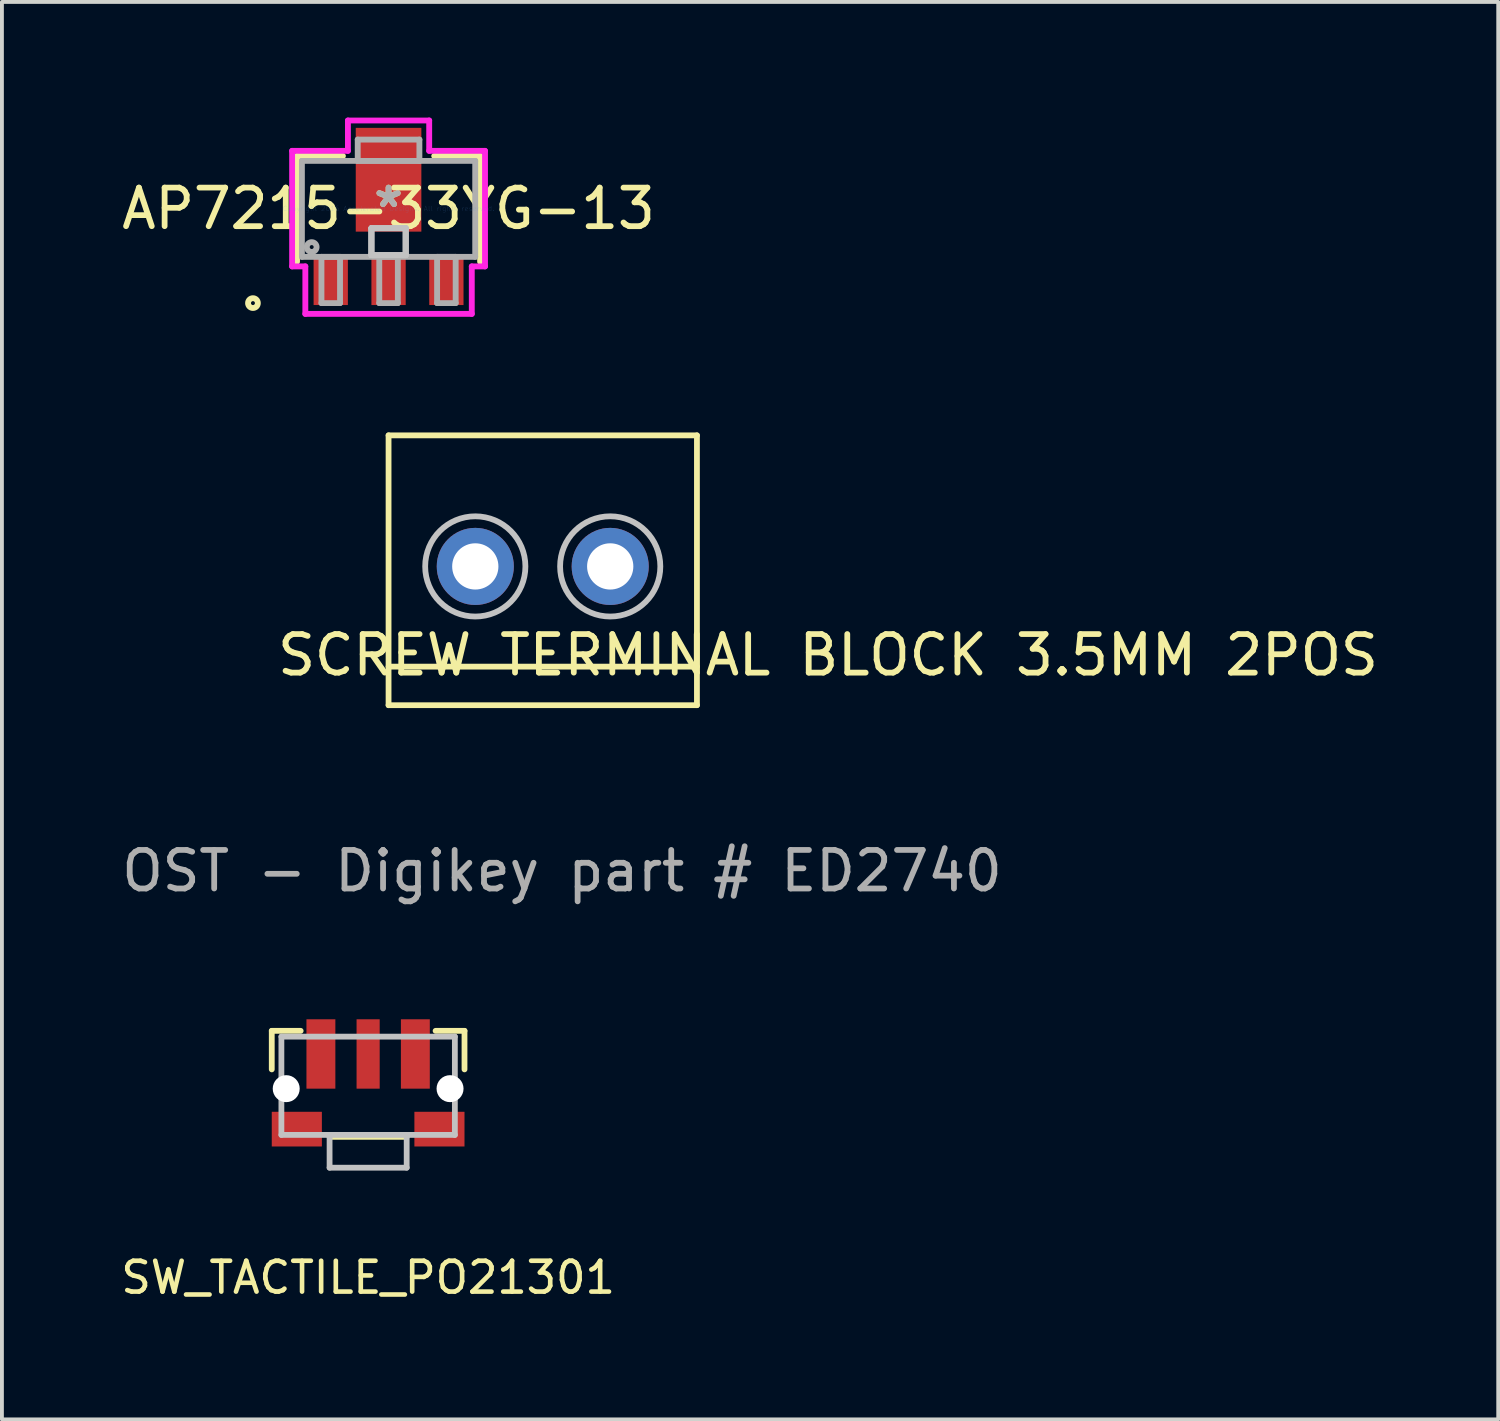
<source format=kicad_pcb>
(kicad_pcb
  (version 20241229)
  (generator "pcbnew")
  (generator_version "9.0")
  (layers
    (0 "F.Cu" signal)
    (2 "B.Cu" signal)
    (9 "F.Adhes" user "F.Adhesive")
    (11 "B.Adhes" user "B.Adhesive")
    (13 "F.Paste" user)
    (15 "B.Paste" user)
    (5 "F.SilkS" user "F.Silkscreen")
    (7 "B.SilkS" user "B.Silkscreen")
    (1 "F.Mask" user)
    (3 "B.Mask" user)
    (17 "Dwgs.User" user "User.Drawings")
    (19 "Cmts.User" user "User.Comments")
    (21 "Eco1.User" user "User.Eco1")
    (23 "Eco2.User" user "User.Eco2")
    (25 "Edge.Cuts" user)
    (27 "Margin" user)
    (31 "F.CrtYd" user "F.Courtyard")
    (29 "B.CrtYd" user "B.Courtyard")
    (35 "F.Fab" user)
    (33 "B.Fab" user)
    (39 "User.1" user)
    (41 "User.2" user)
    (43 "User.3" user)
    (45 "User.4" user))
  (footprint "SCREW TERMINAL BLOCK 3.5MM 2POS"
    (layer "F.Cu")
    (at 11.03 15.244)
    (property "Reference" "SCREW TERMINAL BLOCK 3.5MM 2POS" (at 7.4 -1.3 0) (layer "F.SilkS") (effects (font (size 1 1) (thickness 0.15))))
    (attr through_hole)
    (fp_line (start -4 -7) (end -4 0) (stroke (width 0.15) (type solid)) (layer "F.SilkS"))
    (fp_line (start -4 -7) (end 4 -7) (stroke (width 0.15) (type solid)) (layer "F.SilkS"))
    (fp_line (start 4 -7) (end 4 0) (stroke (width 0.15) (type solid)) (layer "F.SilkS"))
    (fp_line (start 4 -1) (end -4 -1) (stroke (width 0.15) (type solid)) (layer "F.SilkS"))
    (fp_line (start 4 0) (end -4 0) (stroke (width 0.15) (type solid)) (layer "F.SilkS"))
    (fp_circle (center -1.75 -3.6) (end -0.45 -3.6) (stroke (width 0.15) (type solid)) (fill no) (layer "Dwgs.User"))
    (fp_circle (center 1.75 -3.6) (end 3.05 -3.6) (stroke (width 0.15) (type solid)) (fill no) (layer "Dwgs.User"))
    (fp_text user "OST - Digikey part # ED2740" (at 0.5 4.3 0) (layer "F.Fab") (effects (font (size 1 1) (thickness 0.15))))
    (pad "1" thru_hole circle (at -1.75 -3.6) (size 2 2) (drill 1.2) (layers "*.Cu" "*.Mask"))
    (pad "2" thru_hole circle (at 1.75 -3.6) (size 2 2) (drill 1.2) (layers "*.Cu" "*.Mask")))
  (footprint "SW_TACTILE_PO21301"
    (layer "F.Cu")
    (at 6.5 25.192)
    (property "Reference" "SW_TACTILE_PO21301" (at 0 4.9 0) (layer "F.SilkS") (effects (font (size 0.8 0.8) (thickness 0.12))))
    (attr through_hole)
    (fp_line (start -2.5 -1.5) (end -1.75 -1.5) (stroke (width 0.15) (type solid)) (layer "F.SilkS"))
    (fp_line (start -2.5 -0.5) (end -2.5 -1.5) (stroke (width 0.15) (type solid)) (layer "F.SilkS"))
    (fp_line (start 1 1.25) (end -1 1.25) (stroke (width 0.15) (type solid)) (layer "F.SilkS"))
    (fp_line (start 1.75 -1.5) (end 2.5 -1.5) (stroke (width 0.15) (type solid)) (layer "F.SilkS"))
    (fp_line (start 2.5 -1.5) (end 2.5 -0.5) (stroke (width 0.15) (type solid)) (layer "F.SilkS"))
    (fp_line (start -2.25 -1.35) (end -2.25 1.2) (stroke (width 0.15) (type solid)) (layer "Dwgs.User"))
    (fp_line (start -2.25 -1.35) (end 2.25 -1.35) (stroke (width 0.15) (type solid)) (layer "Dwgs.User"))
    (fp_line (start -2.25 1.2) (end 2.25 1.2) (stroke (width 0.15) (type solid)) (layer "Dwgs.User"))
    (fp_line (start -1 1.2) (end -1 2.05) (stroke (width 0.15) (type solid)) (layer "Dwgs.User"))
    (fp_line (start -1 2.05) (end 1 2.05) (stroke (width 0.15) (type solid)) (layer "Dwgs.User"))
    (fp_line (start 1 1.2) (end 1 2.05) (stroke (width 0.15) (type solid)) (layer "Dwgs.User"))
    (fp_line (start 2.25 -1.35) (end 2.25 1.2) (stroke (width 0.15) (type solid)) (layer "Dwgs.User"))
    (pad "" np_thru_hole circle (at -2.125 0) (size 0.7 0.7) (drill 0.7) (layers "*.Cu"))
    (pad "" smd rect (at -1.85 1.05) (size 1.3 0.9) (layers "F.Cu" "F.Mask" "F.Paste"))
    (pad "" smd rect (at 1.85 1.05) (size 1.3 0.9) (layers "F.Cu" "F.Mask" "F.Paste"))
    (pad "" np_thru_hole circle (at 2.125 0) (size 0.7 0.7) (drill 0.7) (layers "*.Cu"))
    (pad "1" smd rect (at -1.225 -0.9) (size 0.75 1.8) (layers "F.Cu" "F.Mask" "F.Paste"))
    (pad "1" smd rect (at 1.225 -0.9) (size 0.75 1.8) (layers "F.Cu" "F.Mask" "F.Paste"))
    (pad "2" smd rect (at 0 -0.9) (size 0.6 1.8) (layers "F.Cu" "F.Mask" "F.Paste")))
  (footprint "AP7215-33YG-13"
    (layer "F.Cu")
    (at 7.03 2.362)
    (property "Reference" "AP7215-33YG-13" (at 0 0 0) (layer "F.SilkS") (effects (font (size 1 1) (thickness 0.15))))
    (attr through_hole)
    (fp_line (start -2.375 -1.365) (end -2.375 1.378) (stroke (width 0.152) (type solid)) (layer "F.SilkS"))
    (fp_line (start -1.184 -1.365) (end -2.375 -1.365) (stroke (width 0.152) (type solid)) (layer "F.SilkS"))
    (fp_line (start 2.375 -1.365) (end 1.184 -1.365) (stroke (width 0.152) (type solid)) (layer "F.SilkS"))
    (fp_line (start 2.375 1.378) (end 2.375 -1.365) (stroke (width 0.152) (type solid)) (layer "F.SilkS"))
    (fp_circle (center -3.518 2.451) (end -3.391 2.451) (stroke (width 0.152) (type solid)) (fill no) (layer "F.SilkS"))
    (fp_line (start -0.445 0.508) (end -0.445 1.206) (stroke (width 0.152) (type solid)) (layer "Dwgs.User"))
    (fp_line (start -0.445 0.508) (end -0.445 1.206) (stroke (width 0.152) (type solid)) (layer "Dwgs.User"))
    (fp_line (start -0.445 0.508) (end -0.445 1.206) (stroke (width 0.152) (type solid)) (layer "Dwgs.User"))
    (fp_line (start -0.445 1.206) (end 0.445 1.206) (stroke (width 0.152) (type solid)) (layer "Dwgs.User"))
    (fp_line (start -0.445 1.206) (end 0.445 1.206) (stroke (width 0.152) (type solid)) (layer "Dwgs.User"))
    (fp_line (start -0.445 1.206) (end 0.445 1.206) (stroke (width 0.152) (type solid)) (layer "Dwgs.User"))
    (fp_line (start 0.445 0.508) (end -0.445 0.508) (stroke (width 0.152) (type solid)) (layer "Dwgs.User"))
    (fp_line (start 0.445 0.508) (end -0.445 0.508) (stroke (width 0.152) (type solid)) (layer "Dwgs.User"))
    (fp_line (start 0.445 0.508) (end -0.445 0.508) (stroke (width 0.152) (type solid)) (layer "Dwgs.User"))
    (fp_line (start 0.445 1.206) (end 0.445 0.508) (stroke (width 0.152) (type solid)) (layer "Dwgs.User"))
    (fp_line (start 0.445 1.206) (end 0.445 0.508) (stroke (width 0.152) (type solid)) (layer "Dwgs.User"))
    (fp_line (start 0.445 1.206) (end 0.445 0.508) (stroke (width 0.152) (type solid)) (layer "Dwgs.User"))
    (fp_line (start -2.502 -1.499) (end -1.054 -1.499) (stroke (width 0.152) (type solid)) (layer "F.CrtYd"))
    (fp_line (start -2.502 1.499) (end -2.502 -1.499) (stroke (width 0.152) (type solid)) (layer "F.CrtYd"))
    (fp_line (start -2.159 1.499) (end -2.502 1.499) (stroke (width 0.152) (type solid)) (layer "F.CrtYd"))
    (fp_line (start -2.159 2.731) (end -2.159 1.499) (stroke (width 0.152) (type solid)) (layer "F.CrtYd"))
    (fp_line (start -1.054 -2.286) (end 1.054 -2.286) (stroke (width 0.152) (type solid)) (layer "F.CrtYd"))
    (fp_line (start -1.054 -1.499) (end -1.054 -2.286) (stroke (width 0.152) (type solid)) (layer "F.CrtYd"))
    (fp_line (start 1.054 -2.286) (end 1.054 -1.499) (stroke (width 0.152) (type solid)) (layer "F.CrtYd"))
    (fp_line (start 1.054 -1.499) (end 2.502 -1.499) (stroke (width 0.152) (type solid)) (layer "F.CrtYd"))
    (fp_line (start 2.159 1.499) (end 2.159 2.731) (stroke (width 0.152) (type solid)) (layer "F.CrtYd"))
    (fp_line (start 2.159 2.731) (end -2.159 2.731) (stroke (width 0.152) (type solid)) (layer "F.CrtYd"))
    (fp_line (start 2.502 -1.499) (end 2.502 1.499) (stroke (width 0.152) (type solid)) (layer "F.CrtYd"))
    (fp_line (start 2.502 1.499) (end 2.159 1.499) (stroke (width 0.152) (type solid)) (layer "F.CrtYd"))
    (fp_line (start -2.248 -1.238) (end -2.248 1.251) (stroke (width 0.152) (type solid)) (layer "F.Fab"))
    (fp_line (start -2.248 1.251) (end 2.248 1.251) (stroke (width 0.152) (type solid)) (layer "F.Fab"))
    (fp_line (start -1.741 1.251) (end -1.741 2.451) (stroke (width 0.152) (type solid)) (layer "F.Fab"))
    (fp_line (start -1.741 2.451) (end -1.259 2.451) (stroke (width 0.152) (type solid)) (layer "F.Fab"))
    (fp_line (start -1.259 1.251) (end -1.741 1.251) (stroke (width 0.152) (type solid)) (layer "F.Fab"))
    (fp_line (start -1.259 2.451) (end -1.259 1.251) (stroke (width 0.152) (type solid)) (layer "F.Fab"))
    (fp_line (start -0.8 -1.791) (end -0.8 -1.238) (stroke (width 0.152) (type solid)) (layer "F.Fab"))
    (fp_line (start -0.8 -1.238) (end 0.8 -1.238) (stroke (width 0.152) (type solid)) (layer "F.Fab"))
    (fp_line (start -0.241 1.251) (end -0.241 2.451) (stroke (width 0.152) (type solid)) (layer "F.Fab"))
    (fp_line (start -0.241 2.451) (end 0.241 2.451) (stroke (width 0.152) (type solid)) (layer "F.Fab"))
    (fp_line (start 0.241 1.251) (end -0.241 1.251) (stroke (width 0.152) (type solid)) (layer "F.Fab"))
    (fp_line (start 0.241 2.451) (end 0.241 1.251) (stroke (width 0.152) (type solid)) (layer "F.Fab"))
    (fp_line (start 0.8 -1.791) (end -0.8 -1.791) (stroke (width 0.152) (type solid)) (layer "F.Fab"))
    (fp_line (start 0.8 -1.238) (end 0.8 -1.791) (stroke (width 0.152) (type solid)) (layer "F.Fab"))
    (fp_line (start 1.259 1.251) (end 1.259 2.451) (stroke (width 0.152) (type solid)) (layer "F.Fab"))
    (fp_line (start 1.259 2.451) (end 1.741 2.451) (stroke (width 0.152) (type solid)) (layer "F.Fab"))
    (fp_line (start 1.741 1.251) (end 1.259 1.251) (stroke (width 0.152) (type solid)) (layer "F.Fab"))
    (fp_line (start 1.741 2.451) (end 1.741 1.251) (stroke (width 0.152) (type solid)) (layer "F.Fab"))
    (fp_line (start 2.248 -1.238) (end -2.248 -1.238) (stroke (width 0.152) (type solid)) (layer "F.Fab"))
    (fp_line (start 2.248 1.251) (end 2.248 -1.238) (stroke (width 0.152) (type solid)) (layer "F.Fab"))
    (fp_circle (center -1.994 0.997) (end -1.867 0.997) (stroke (width 0.152) (type solid)) (fill no) (layer "F.Fab"))
    (fp_text user "*" (at 0 0 0) (layer "F.SilkS") (effects (font (size 1 1) (thickness 0.15))))
    (fp_text user "Copyright 2016 Accelerated Designs. All rights reserved." (at 0 0 0) (layer "Cmts.User") (effects (font (size 0.127 0.127) (thickness 0.002))))
    (fp_text user "*" (at 0 0 0) (layer "F.Fab") (effects (font (size 1 1) (thickness 0.15))))
    (pad "1" smd rect (at -1.5 1.854) (size 0.889 1.295) (layers "F.Cu" "F.Mask" "F.Paste"))
    (pad "2" smd rect (at 0 1.854) (size 0.889 1.295) (layers "F.Cu" "F.Mask" "F.Paste"))
    (pad "3" smd rect (at 1.5 1.854) (size 0.889 1.295) (layers "F.Cu" "F.Mask" "F.Paste"))
    (pad "4" smd rect (at 0 -0.749) (size 1.702 2.692) (layers "F.Cu" "F.Mask" "F.Paste")))
  (gr_rect
    (start -3 -3)
    (end 35.817 33.771)
    (stroke (width 0.1) (type default))
    (fill no)
    (layer "Edge.Cuts")))
</source>
